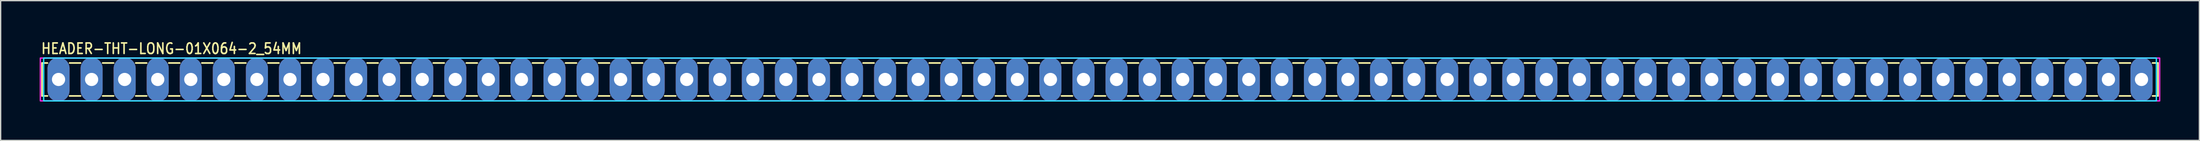
<source format=kicad_pcb>
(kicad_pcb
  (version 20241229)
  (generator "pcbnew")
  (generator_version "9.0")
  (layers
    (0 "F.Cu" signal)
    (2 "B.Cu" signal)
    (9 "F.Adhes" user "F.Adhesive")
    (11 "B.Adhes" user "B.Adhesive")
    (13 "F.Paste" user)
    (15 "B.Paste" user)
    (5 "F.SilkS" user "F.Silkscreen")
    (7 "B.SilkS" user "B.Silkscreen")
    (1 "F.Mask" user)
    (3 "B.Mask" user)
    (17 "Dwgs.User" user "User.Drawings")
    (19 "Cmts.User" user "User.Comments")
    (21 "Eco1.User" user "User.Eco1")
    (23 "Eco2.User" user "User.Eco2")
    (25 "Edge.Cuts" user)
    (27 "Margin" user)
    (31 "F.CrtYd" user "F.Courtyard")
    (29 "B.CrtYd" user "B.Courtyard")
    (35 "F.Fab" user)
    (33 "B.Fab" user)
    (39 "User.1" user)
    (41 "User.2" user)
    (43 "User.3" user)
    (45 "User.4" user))
  (footprint "HEADER-THT-LONG-01X064-2_54MM"
    (layer "F.Cu")
    (at 1.447 3.079)
    (property "Reference" "HEADER-THT-LONG-01X064-2_54MM" (at -1.4 -1.9 0) (unlocked yes) (layer "F.SilkS") (effects (font (size 0.813 0.695) (thickness 0.122)) (justify left bottom)))
    (fp_line (start -1.27 -1.27) (end -1.27 1.27) (stroke (width 0.127) (type solid)) (layer "F.SilkS"))
    (fp_line (start -1.27 1.27) (end -0.85 1.27) (stroke (width 0.127) (type solid)) (layer "F.SilkS"))
    (fp_line (start -0.85 -1.27) (end -1.27 -1.27) (stroke (width 0.127) (type solid)) (layer "F.SilkS"))
    (fp_line (start 0.85 -1.27) (end 1.69 -1.27) (stroke (width 0.127) (type solid)) (layer "F.SilkS"))
    (fp_line (start 0.85 1.27) (end 1.69 1.27) (stroke (width 0.127) (type solid)) (layer "F.SilkS"))
    (fp_line (start 3.39 -1.27) (end 4.23 -1.27) (stroke (width 0.127) (type solid)) (layer "F.SilkS"))
    (fp_line (start 3.39 1.27) (end 4.23 1.27) (stroke (width 0.127) (type solid)) (layer "F.SilkS"))
    (fp_line (start 5.93 -1.27) (end 6.77 -1.27) (stroke (width 0.127) (type solid)) (layer "F.SilkS"))
    (fp_line (start 5.93 1.27) (end 6.77 1.27) (stroke (width 0.127) (type solid)) (layer "F.SilkS"))
    (fp_line (start 8.47 -1.27) (end 9.31 -1.27) (stroke (width 0.127) (type solid)) (layer "F.SilkS"))
    (fp_line (start 8.47 1.27) (end 9.31 1.27) (stroke (width 0.127) (type solid)) (layer "F.SilkS"))
    (fp_line (start 11.01 -1.27) (end 11.85 -1.27) (stroke (width 0.127) (type solid)) (layer "F.SilkS"))
    (fp_line (start 11.01 1.27) (end 11.85 1.27) (stroke (width 0.127) (type solid)) (layer "F.SilkS"))
    (fp_line (start 13.55 -1.27) (end 14.39 -1.27) (stroke (width 0.127) (type solid)) (layer "F.SilkS"))
    (fp_line (start 13.55 1.27) (end 14.39 1.27) (stroke (width 0.127) (type solid)) (layer "F.SilkS"))
    (fp_line (start 16.09 -1.27) (end 16.93 -1.27) (stroke (width 0.127) (type solid)) (layer "F.SilkS"))
    (fp_line (start 16.09 1.27) (end 16.93 1.27) (stroke (width 0.127) (type solid)) (layer "F.SilkS"))
    (fp_line (start 18.63 -1.27) (end 19.47 -1.27) (stroke (width 0.127) (type solid)) (layer "F.SilkS"))
    (fp_line (start 18.63 1.27) (end 19.47 1.27) (stroke (width 0.127) (type solid)) (layer "F.SilkS"))
    (fp_line (start 21.17 -1.27) (end 22.01 -1.27) (stroke (width 0.127) (type solid)) (layer "F.SilkS"))
    (fp_line (start 21.17 1.27) (end 22.01 1.27) (stroke (width 0.127) (type solid)) (layer "F.SilkS"))
    (fp_line (start 23.71 -1.27) (end 24.55 -1.27) (stroke (width 0.127) (type solid)) (layer "F.SilkS"))
    (fp_line (start 23.71 1.27) (end 24.55 1.27) (stroke (width 0.127) (type solid)) (layer "F.SilkS"))
    (fp_line (start 26.25 -1.27) (end 27.09 -1.27) (stroke (width 0.127) (type solid)) (layer "F.SilkS"))
    (fp_line (start 26.25 1.27) (end 27.09 1.27) (stroke (width 0.127) (type solid)) (layer "F.SilkS"))
    (fp_line (start 28.79 -1.27) (end 29.63 -1.27) (stroke (width 0.127) (type solid)) (layer "F.SilkS"))
    (fp_line (start 28.79 1.27) (end 29.63 1.27) (stroke (width 0.127) (type solid)) (layer "F.SilkS"))
    (fp_line (start 31.33 -1.27) (end 32.17 -1.27) (stroke (width 0.127) (type solid)) (layer "F.SilkS"))
    (fp_line (start 31.33 1.27) (end 32.17 1.27) (stroke (width 0.127) (type solid)) (layer "F.SilkS"))
    (fp_line (start 33.87 -1.27) (end 34.71 -1.27) (stroke (width 0.127) (type solid)) (layer "F.SilkS"))
    (fp_line (start 33.87 1.27) (end 34.71 1.27) (stroke (width 0.127) (type solid)) (layer "F.SilkS"))
    (fp_line (start 36.41 -1.27) (end 37.25 -1.27) (stroke (width 0.127) (type solid)) (layer "F.SilkS"))
    (fp_line (start 36.41 1.27) (end 37.25 1.27) (stroke (width 0.127) (type solid)) (layer "F.SilkS"))
    (fp_line (start 38.95 -1.27) (end 39.79 -1.27) (stroke (width 0.127) (type solid)) (layer "F.SilkS"))
    (fp_line (start 38.95 1.27) (end 39.79 1.27) (stroke (width 0.127) (type solid)) (layer "F.SilkS"))
    (fp_line (start 41.49 -1.27) (end 42.33 -1.27) (stroke (width 0.127) (type solid)) (layer "F.SilkS"))
    (fp_line (start 41.49 1.27) (end 42.33 1.27) (stroke (width 0.127) (type solid)) (layer "F.SilkS"))
    (fp_line (start 44.03 -1.27) (end 44.87 -1.27) (stroke (width 0.127) (type solid)) (layer "F.SilkS"))
    (fp_line (start 44.03 1.27) (end 44.87 1.27) (stroke (width 0.127) (type solid)) (layer "F.SilkS"))
    (fp_line (start 46.57 -1.27) (end 47.41 -1.27) (stroke (width 0.127) (type solid)) (layer "F.SilkS"))
    (fp_line (start 46.57 1.27) (end 47.41 1.27) (stroke (width 0.127) (type solid)) (layer "F.SilkS"))
    (fp_line (start 49.11 -1.27) (end 49.95 -1.27) (stroke (width 0.127) (type solid)) (layer "F.SilkS"))
    (fp_line (start 49.11 1.27) (end 49.95 1.27) (stroke (width 0.127) (type solid)) (layer "F.SilkS"))
    (fp_line (start 51.65 -1.27) (end 52.49 -1.27) (stroke (width 0.127) (type solid)) (layer "F.SilkS"))
    (fp_line (start 51.65 1.27) (end 52.49 1.27) (stroke (width 0.127) (type solid)) (layer "F.SilkS"))
    (fp_line (start 54.19 -1.27) (end 55.03 -1.27) (stroke (width 0.127) (type solid)) (layer "F.SilkS"))
    (fp_line (start 54.19 1.27) (end 55.03 1.27) (stroke (width 0.127) (type solid)) (layer "F.SilkS"))
    (fp_line (start 56.73 -1.27) (end 57.57 -1.27) (stroke (width 0.127) (type solid)) (layer "F.SilkS"))
    (fp_line (start 56.73 1.27) (end 57.57 1.27) (stroke (width 0.127) (type solid)) (layer "F.SilkS"))
    (fp_line (start 59.27 -1.27) (end 60.11 -1.27) (stroke (width 0.127) (type solid)) (layer "F.SilkS"))
    (fp_line (start 59.27 1.27) (end 60.11 1.27) (stroke (width 0.127) (type solid)) (layer "F.SilkS"))
    (fp_line (start 61.81 -1.27) (end 62.65 -1.27) (stroke (width 0.127) (type solid)) (layer "F.SilkS"))
    (fp_line (start 61.81 1.27) (end 62.65 1.27) (stroke (width 0.127) (type solid)) (layer "F.SilkS"))
    (fp_line (start 64.35 -1.27) (end 65.19 -1.27) (stroke (width 0.127) (type solid)) (layer "F.SilkS"))
    (fp_line (start 64.35 1.27) (end 65.19 1.27) (stroke (width 0.127) (type solid)) (layer "F.SilkS"))
    (fp_line (start 66.89 -1.27) (end 67.73 -1.27) (stroke (width 0.127) (type solid)) (layer "F.SilkS"))
    (fp_line (start 66.89 1.27) (end 67.73 1.27) (stroke (width 0.127) (type solid)) (layer "F.SilkS"))
    (fp_line (start 69.43 -1.27) (end 70.27 -1.27) (stroke (width 0.127) (type solid)) (layer "F.SilkS"))
    (fp_line (start 69.43 1.27) (end 70.27 1.27) (stroke (width 0.127) (type solid)) (layer "F.SilkS"))
    (fp_line (start 71.97 -1.27) (end 72.81 -1.27) (stroke (width 0.127) (type solid)) (layer "F.SilkS"))
    (fp_line (start 71.97 1.27) (end 72.81 1.27) (stroke (width 0.127) (type solid)) (layer "F.SilkS"))
    (fp_line (start 74.51 -1.27) (end 75.35 -1.27) (stroke (width 0.127) (type solid)) (layer "F.SilkS"))
    (fp_line (start 74.51 1.27) (end 75.35 1.27) (stroke (width 0.127) (type solid)) (layer "F.SilkS"))
    (fp_line (start 77.05 -1.27) (end 77.89 -1.27) (stroke (width 0.127) (type solid)) (layer "F.SilkS"))
    (fp_line (start 77.05 1.27) (end 77.89 1.27) (stroke (width 0.127) (type solid)) (layer "F.SilkS"))
    (fp_line (start 79.59 -1.27) (end 80.43 -1.27) (stroke (width 0.127) (type solid)) (layer "F.SilkS"))
    (fp_line (start 79.59 1.27) (end 80.43 1.27) (stroke (width 0.127) (type solid)) (layer "F.SilkS"))
    (fp_line (start 82.13 -1.27) (end 82.97 -1.27) (stroke (width 0.127) (type solid)) (layer "F.SilkS"))
    (fp_line (start 82.13 1.27) (end 82.97 1.27) (stroke (width 0.127) (type solid)) (layer "F.SilkS"))
    (fp_line (start 84.67 -1.27) (end 85.51 -1.27) (stroke (width 0.127) (type solid)) (layer "F.SilkS"))
    (fp_line (start 84.67 1.27) (end 85.51 1.27) (stroke (width 0.127) (type solid)) (layer "F.SilkS"))
    (fp_line (start 87.21 -1.27) (end 88.05 -1.27) (stroke (width 0.127) (type solid)) (layer "F.SilkS"))
    (fp_line (start 87.21 1.27) (end 88.05 1.27) (stroke (width 0.127) (type solid)) (layer "F.SilkS"))
    (fp_line (start 89.75 -1.27) (end 90.59 -1.27) (stroke (width 0.127) (type solid)) (layer "F.SilkS"))
    (fp_line (start 89.75 1.27) (end 90.59 1.27) (stroke (width 0.127) (type solid)) (layer "F.SilkS"))
    (fp_line (start 92.29 -1.27) (end 93.13 -1.27) (stroke (width 0.127) (type solid)) (layer "F.SilkS"))
    (fp_line (start 92.29 1.27) (end 93.13 1.27) (stroke (width 0.127) (type solid)) (layer "F.SilkS"))
    (fp_line (start 94.83 -1.27) (end 95.67 -1.27) (stroke (width 0.127) (type solid)) (layer "F.SilkS"))
    (fp_line (start 94.83 1.27) (end 95.67 1.27) (stroke (width 0.127) (type solid)) (layer "F.SilkS"))
    (fp_line (start 97.37 -1.27) (end 98.21 -1.27) (stroke (width 0.127) (type solid)) (layer "F.SilkS"))
    (fp_line (start 97.37 1.27) (end 98.21 1.27) (stroke (width 0.127) (type solid)) (layer "F.SilkS"))
    (fp_line (start 99.91 -1.27) (end 100.75 -1.27) (stroke (width 0.127) (type solid)) (layer "F.SilkS"))
    (fp_line (start 99.91 1.27) (end 100.75 1.27) (stroke (width 0.127) (type solid)) (layer "F.SilkS"))
    (fp_line (start 102.45 -1.27) (end 103.29 -1.27) (stroke (width 0.127) (type solid)) (layer "F.SilkS"))
    (fp_line (start 102.45 1.27) (end 103.29 1.27) (stroke (width 0.127) (type solid)) (layer "F.SilkS"))
    (fp_line (start 104.99 -1.27) (end 105.83 -1.27) (stroke (width 0.127) (type solid)) (layer "F.SilkS"))
    (fp_line (start 104.99 1.27) (end 105.83 1.27) (stroke (width 0.127) (type solid)) (layer "F.SilkS"))
    (fp_line (start 107.53 -1.27) (end 108.37 -1.27) (stroke (width 0.127) (type solid)) (layer "F.SilkS"))
    (fp_line (start 107.53 1.27) (end 108.37 1.27) (stroke (width 0.127) (type solid)) (layer "F.SilkS"))
    (fp_line (start 110.07 -1.27) (end 110.91 -1.27) (stroke (width 0.127) (type solid)) (layer "F.SilkS"))
    (fp_line (start 110.07 1.27) (end 110.91 1.27) (stroke (width 0.127) (type solid)) (layer "F.SilkS"))
    (fp_line (start 112.61 -1.27) (end 113.45 -1.27) (stroke (width 0.127) (type solid)) (layer "F.SilkS"))
    (fp_line (start 112.61 1.27) (end 113.45 1.27) (stroke (width 0.127) (type solid)) (layer "F.SilkS"))
    (fp_line (start 115.15 -1.27) (end 115.99 -1.27) (stroke (width 0.127) (type solid)) (layer "F.SilkS"))
    (fp_line (start 115.15 1.27) (end 115.99 1.27) (stroke (width 0.127) (type solid)) (layer "F.SilkS"))
    (fp_line (start 117.69 -1.27) (end 118.53 -1.27) (stroke (width 0.127) (type solid)) (layer "F.SilkS"))
    (fp_line (start 117.69 1.27) (end 118.53 1.27) (stroke (width 0.127) (type solid)) (layer "F.SilkS"))
    (fp_line (start 120.23 -1.27) (end 121.07 -1.27) (stroke (width 0.127) (type solid)) (layer "F.SilkS"))
    (fp_line (start 120.23 1.27) (end 121.07 1.27) (stroke (width 0.127) (type solid)) (layer "F.SilkS"))
    (fp_line (start 122.77 -1.27) (end 123.61 -1.27) (stroke (width 0.127) (type solid)) (layer "F.SilkS"))
    (fp_line (start 122.77 1.27) (end 123.61 1.27) (stroke (width 0.127) (type solid)) (layer "F.SilkS"))
    (fp_line (start 125.31 -1.27) (end 126.15 -1.27) (stroke (width 0.127) (type solid)) (layer "F.SilkS"))
    (fp_line (start 125.31 1.27) (end 126.15 1.27) (stroke (width 0.127) (type solid)) (layer "F.SilkS"))
    (fp_line (start 127.85 -1.27) (end 128.69 -1.27) (stroke (width 0.127) (type solid)) (layer "F.SilkS"))
    (fp_line (start 127.85 1.27) (end 128.69 1.27) (stroke (width 0.127) (type solid)) (layer "F.SilkS"))
    (fp_line (start 130.39 -1.27) (end 131.23 -1.27) (stroke (width 0.127) (type solid)) (layer "F.SilkS"))
    (fp_line (start 130.39 1.27) (end 131.23 1.27) (stroke (width 0.127) (type solid)) (layer "F.SilkS"))
    (fp_line (start 132.93 -1.27) (end 133.77 -1.27) (stroke (width 0.127) (type solid)) (layer "F.SilkS"))
    (fp_line (start 132.93 1.27) (end 133.77 1.27) (stroke (width 0.127) (type solid)) (layer "F.SilkS"))
    (fp_line (start 135.47 -1.27) (end 136.31 -1.27) (stroke (width 0.127) (type solid)) (layer "F.SilkS"))
    (fp_line (start 135.47 1.27) (end 136.31 1.27) (stroke (width 0.127) (type solid)) (layer "F.SilkS"))
    (fp_line (start 138.01 -1.27) (end 138.85 -1.27) (stroke (width 0.127) (type solid)) (layer "F.SilkS"))
    (fp_line (start 138.01 1.27) (end 138.85 1.27) (stroke (width 0.127) (type solid)) (layer "F.SilkS"))
    (fp_line (start 140.55 -1.27) (end 141.39 -1.27) (stroke (width 0.127) (type solid)) (layer "F.SilkS"))
    (fp_line (start 140.55 1.27) (end 141.39 1.27) (stroke (width 0.127) (type solid)) (layer "F.SilkS"))
    (fp_line (start 143.09 -1.27) (end 143.93 -1.27) (stroke (width 0.127) (type solid)) (layer "F.SilkS"))
    (fp_line (start 143.09 1.27) (end 143.93 1.27) (stroke (width 0.127) (type solid)) (layer "F.SilkS"))
    (fp_line (start 145.63 -1.27) (end 146.47 -1.27) (stroke (width 0.127) (type solid)) (layer "F.SilkS"))
    (fp_line (start 145.63 1.27) (end 146.47 1.27) (stroke (width 0.127) (type solid)) (layer "F.SilkS"))
    (fp_line (start 148.17 -1.27) (end 149.01 -1.27) (stroke (width 0.127) (type solid)) (layer "F.SilkS"))
    (fp_line (start 148.17 1.27) (end 149.01 1.27) (stroke (width 0.127) (type solid)) (layer "F.SilkS"))
    (fp_line (start 150.71 -1.27) (end 151.55 -1.27) (stroke (width 0.127) (type solid)) (layer "F.SilkS"))
    (fp_line (start 150.71 1.27) (end 151.55 1.27) (stroke (width 0.127) (type solid)) (layer "F.SilkS"))
    (fp_line (start 153.25 -1.27) (end 154.09 -1.27) (stroke (width 0.127) (type solid)) (layer "F.SilkS"))
    (fp_line (start 153.25 1.27) (end 154.09 1.27) (stroke (width 0.127) (type solid)) (layer "F.SilkS"))
    (fp_line (start 155.79 -1.27) (end 156.63 -1.27) (stroke (width 0.127) (type solid)) (layer "F.SilkS"))
    (fp_line (start 155.79 1.27) (end 156.63 1.27) (stroke (width 0.127) (type solid)) (layer "F.SilkS"))
    (fp_line (start 158.33 -1.27) (end 159.17 -1.27) (stroke (width 0.127) (type solid)) (layer "F.SilkS"))
    (fp_line (start 158.33 1.27) (end 159.17 1.27) (stroke (width 0.127) (type solid)) (layer "F.SilkS"))
    (fp_line (start 160.87 -1.27) (end 161.29 -1.27) (stroke (width 0.127) (type solid)) (layer "F.SilkS"))
    (fp_line (start 161.29 -1.27) (end 161.29 1.27) (stroke (width 0.127) (type solid)) (layer "F.SilkS"))
    (fp_line (start 161.29 1.27) (end 160.87 1.27) (stroke (width 0.127) (type solid)) (layer "F.SilkS"))
    (fp_poly (pts (xy -1.143 -1.651) (xy 161.163 -1.651) (xy 161.163 1.651) (xy -1.143 1.651)) (stroke (width 0.1) (type solid)) (fill no) (layer "B.CrtYd"))
    (fp_poly (pts (xy -1.397 -1.651) (xy 161.417 -1.651) (xy 161.417 1.651) (xy -1.397 1.651)) (stroke (width 0.1) (type solid)) (fill no) (layer "F.CrtYd"))
    (pad "P$1" thru_hole oval (at 0 0 90) (size 3.387 1.693) (drill 1.016) (layers "*.Cu" "*.Mask"))
    (pad "P$2" thru_hole oval (at 2.54 0 90) (size 3.387 1.693) (drill 1.016) (layers "*.Cu" "*.Mask"))
    (pad "P$3" thru_hole oval (at 5.08 0 90) (size 3.387 1.693) (drill 1.016) (layers "*.Cu" "*.Mask"))
    (pad "P$4" thru_hole oval (at 7.62 0 90) (size 3.387 1.693) (drill 1.016) (layers "*.Cu" "*.Mask"))
    (pad "P$5" thru_hole oval (at 10.16 0 90) (size 3.387 1.693) (drill 1.016) (layers "*.Cu" "*.Mask"))
    (pad "P$6" thru_hole oval (at 12.7 0 90) (size 3.387 1.693) (drill 1.016) (layers "*.Cu" "*.Mask"))
    (pad "P$7" thru_hole oval (at 15.24 0 90) (size 3.387 1.693) (drill 1.016) (layers "*.Cu" "*.Mask"))
    (pad "P$8" thru_hole oval (at 17.78 0 90) (size 3.387 1.693) (drill 1.016) (layers "*.Cu" "*.Mask"))
    (pad "P$9" thru_hole oval (at 20.32 0 90) (size 3.387 1.693) (drill 1.016) (layers "*.Cu" "*.Mask"))
    (pad "P$10" thru_hole oval (at 22.86 0 90) (size 3.387 1.693) (drill 1.016) (layers "*.Cu" "*.Mask"))
    (pad "P$11" thru_hole oval (at 25.4 0 90) (size 3.387 1.693) (drill 1.016) (layers "*.Cu" "*.Mask"))
    (pad "P$12" thru_hole oval (at 27.94 0 90) (size 3.387 1.693) (drill 1.016) (layers "*.Cu" "*.Mask"))
    (pad "P$13" thru_hole oval (at 30.48 0 90) (size 3.387 1.693) (drill 1.016) (layers "*.Cu" "*.Mask"))
    (pad "P$14" thru_hole oval (at 33.02 0 90) (size 3.387 1.693) (drill 1.016) (layers "*.Cu" "*.Mask"))
    (pad "P$15" thru_hole oval (at 35.56 0 90) (size 3.387 1.693) (drill 1.016) (layers "*.Cu" "*.Mask"))
    (pad "P$16" thru_hole oval (at 38.1 0 90) (size 3.387 1.693) (drill 1.016) (layers "*.Cu" "*.Mask"))
    (pad "P$17" thru_hole oval (at 40.64 0 90) (size 3.387 1.693) (drill 1.016) (layers "*.Cu" "*.Mask"))
    (pad "P$18" thru_hole oval (at 43.18 0 90) (size 3.387 1.693) (drill 1.016) (layers "*.Cu" "*.Mask"))
    (pad "P$19" thru_hole oval (at 45.72 0 90) (size 3.387 1.693) (drill 1.016) (layers "*.Cu" "*.Mask"))
    (pad "P$20" thru_hole oval (at 48.26 0 90) (size 3.387 1.693) (drill 1.016) (layers "*.Cu" "*.Mask"))
    (pad "P$21" thru_hole oval (at 50.8 0 90) (size 3.387 1.693) (drill 1.016) (layers "*.Cu" "*.Mask"))
    (pad "P$22" thru_hole oval (at 53.34 0 90) (size 3.387 1.693) (drill 1.016) (layers "*.Cu" "*.Mask"))
    (pad "P$23" thru_hole oval (at 55.88 0 90) (size 3.387 1.693) (drill 1.016) (layers "*.Cu" "*.Mask"))
    (pad "P$24" thru_hole oval (at 58.42 0 90) (size 3.387 1.693) (drill 1.016) (layers "*.Cu" "*.Mask"))
    (pad "P$25" thru_hole oval (at 60.96 0 90) (size 3.387 1.693) (drill 1.016) (layers "*.Cu" "*.Mask"))
    (pad "P$26" thru_hole oval (at 63.5 0 90) (size 3.387 1.693) (drill 1.016) (layers "*.Cu" "*.Mask"))
    (pad "P$27" thru_hole oval (at 66.04 0 90) (size 3.387 1.693) (drill 1.016) (layers "*.Cu" "*.Mask"))
    (pad "P$28" thru_hole oval (at 68.58 0 90) (size 3.387 1.693) (drill 1.016) (layers "*.Cu" "*.Mask"))
    (pad "P$29" thru_hole oval (at 71.12 0 90) (size 3.387 1.693) (drill 1.016) (layers "*.Cu" "*.Mask"))
    (pad "P$30" thru_hole oval (at 73.66 0 90) (size 3.387 1.693) (drill 1.016) (layers "*.Cu" "*.Mask"))
    (pad "P$31" thru_hole oval (at 76.2 0 90) (size 3.387 1.693) (drill 1.016) (layers "*.Cu" "*.Mask"))
    (pad "P$32" thru_hole oval (at 78.74 0 90) (size 3.387 1.693) (drill 1.016) (layers "*.Cu" "*.Mask"))
    (pad "P$33" thru_hole oval (at 81.28 0 90) (size 3.387 1.693) (drill 1.016) (layers "*.Cu" "*.Mask"))
    (pad "P$34" thru_hole oval (at 83.82 0 90) (size 3.387 1.693) (drill 1.016) (layers "*.Cu" "*.Mask"))
    (pad "P$35" thru_hole oval (at 86.36 0 90) (size 3.387 1.693) (drill 1.016) (layers "*.Cu" "*.Mask"))
    (pad "P$36" thru_hole oval (at 88.9 0 90) (size 3.387 1.693) (drill 1.016) (layers "*.Cu" "*.Mask"))
    (pad "P$37" thru_hole oval (at 91.44 0 90) (size 3.387 1.693) (drill 1.016) (layers "*.Cu" "*.Mask"))
    (pad "P$38" thru_hole oval (at 93.98 0 90) (size 3.387 1.693) (drill 1.016) (layers "*.Cu" "*.Mask"))
    (pad "P$39" thru_hole oval (at 96.52 0 90) (size 3.387 1.693) (drill 1.016) (layers "*.Cu" "*.Mask"))
    (pad "P$40" thru_hole oval (at 99.06 0 90) (size 3.387 1.693) (drill 1.016) (layers "*.Cu" "*.Mask"))
    (pad "P$41" thru_hole oval (at 101.6 0 90) (size 3.387 1.693) (drill 1.016) (layers "*.Cu" "*.Mask"))
    (pad "P$42" thru_hole oval (at 104.14 0 90) (size 3.387 1.693) (drill 1.016) (layers "*.Cu" "*.Mask"))
    (pad "P$43" thru_hole oval (at 106.68 0 90) (size 3.387 1.693) (drill 1.016) (layers "*.Cu" "*.Mask"))
    (pad "P$44" thru_hole oval (at 109.22 0 90) (size 3.387 1.693) (drill 1.016) (layers "*.Cu" "*.Mask"))
    (pad "P$45" thru_hole oval (at 111.76 0 90) (size 3.387 1.693) (drill 1.016) (layers "*.Cu" "*.Mask"))
    (pad "P$46" thru_hole oval (at 114.3 0 90) (size 3.387 1.693) (drill 1.016) (layers "*.Cu" "*.Mask"))
    (pad "P$47" thru_hole oval (at 116.84 0 90) (size 3.387 1.693) (drill 1.016) (layers "*.Cu" "*.Mask"))
    (pad "P$48" thru_hole oval (at 119.38 0 90) (size 3.387 1.693) (drill 1.016) (layers "*.Cu" "*.Mask"))
    (pad "P$49" thru_hole oval (at 121.92 0 90) (size 3.387 1.693) (drill 1.016) (layers "*.Cu" "*.Mask"))
    (pad "P$50" thru_hole oval (at 124.46 0 90) (size 3.387 1.693) (drill 1.016) (layers "*.Cu" "*.Mask"))
    (pad "P$51" thru_hole oval (at 127 0 90) (size 3.387 1.693) (drill 1.016) (layers "*.Cu" "*.Mask"))
    (pad "P$52" thru_hole oval (at 129.54 0 90) (size 3.387 1.693) (drill 1.016) (layers "*.Cu" "*.Mask"))
    (pad "P$53" thru_hole oval (at 132.08 0 90) (size 3.387 1.693) (drill 1.016) (layers "*.Cu" "*.Mask"))
    (pad "P$54" thru_hole oval (at 134.62 0 90) (size 3.387 1.693) (drill 1.016) (layers "*.Cu" "*.Mask"))
    (pad "P$55" thru_hole oval (at 137.16 0 90) (size 3.387 1.693) (drill 1.016) (layers "*.Cu" "*.Mask"))
    (pad "P$56" thru_hole oval (at 139.7 0 90) (size 3.387 1.693) (drill 1.016) (layers "*.Cu" "*.Mask"))
    (pad "P$57" thru_hole oval (at 142.24 0 90) (size 3.387 1.693) (drill 1.016) (layers "*.Cu" "*.Mask"))
    (pad "P$58" thru_hole oval (at 144.78 0 90) (size 3.387 1.693) (drill 1.016) (layers "*.Cu" "*.Mask"))
    (pad "P$59" thru_hole oval (at 147.32 0 90) (size 3.387 1.693) (drill 1.016) (layers "*.Cu" "*.Mask"))
    (pad "P$60" thru_hole oval (at 149.86 0 90) (size 3.387 1.693) (drill 1.016) (layers "*.Cu" "*.Mask"))
    (pad "P$61" thru_hole oval (at 152.4 0 90) (size 3.387 1.693) (drill 1.016) (layers "*.Cu" "*.Mask"))
    (pad "P$62" thru_hole oval (at 154.94 0 90) (size 3.387 1.693) (drill 1.016) (layers "*.Cu" "*.Mask"))
    (pad "P$63" thru_hole oval (at 157.48 0 90) (size 3.387 1.693) (drill 1.016) (layers "*.Cu" "*.Mask"))
    (pad "P$64" thru_hole oval (at 160.02 0 90) (size 3.387 1.693) (drill 1.016) (layers "*.Cu" "*.Mask")))
  (gr_rect
    (start -3 -3)
    (end 165.914 7.78)
    (stroke (width 0.1) (type default))
    (fill no)
    (layer "Edge.Cuts")))
</source>
